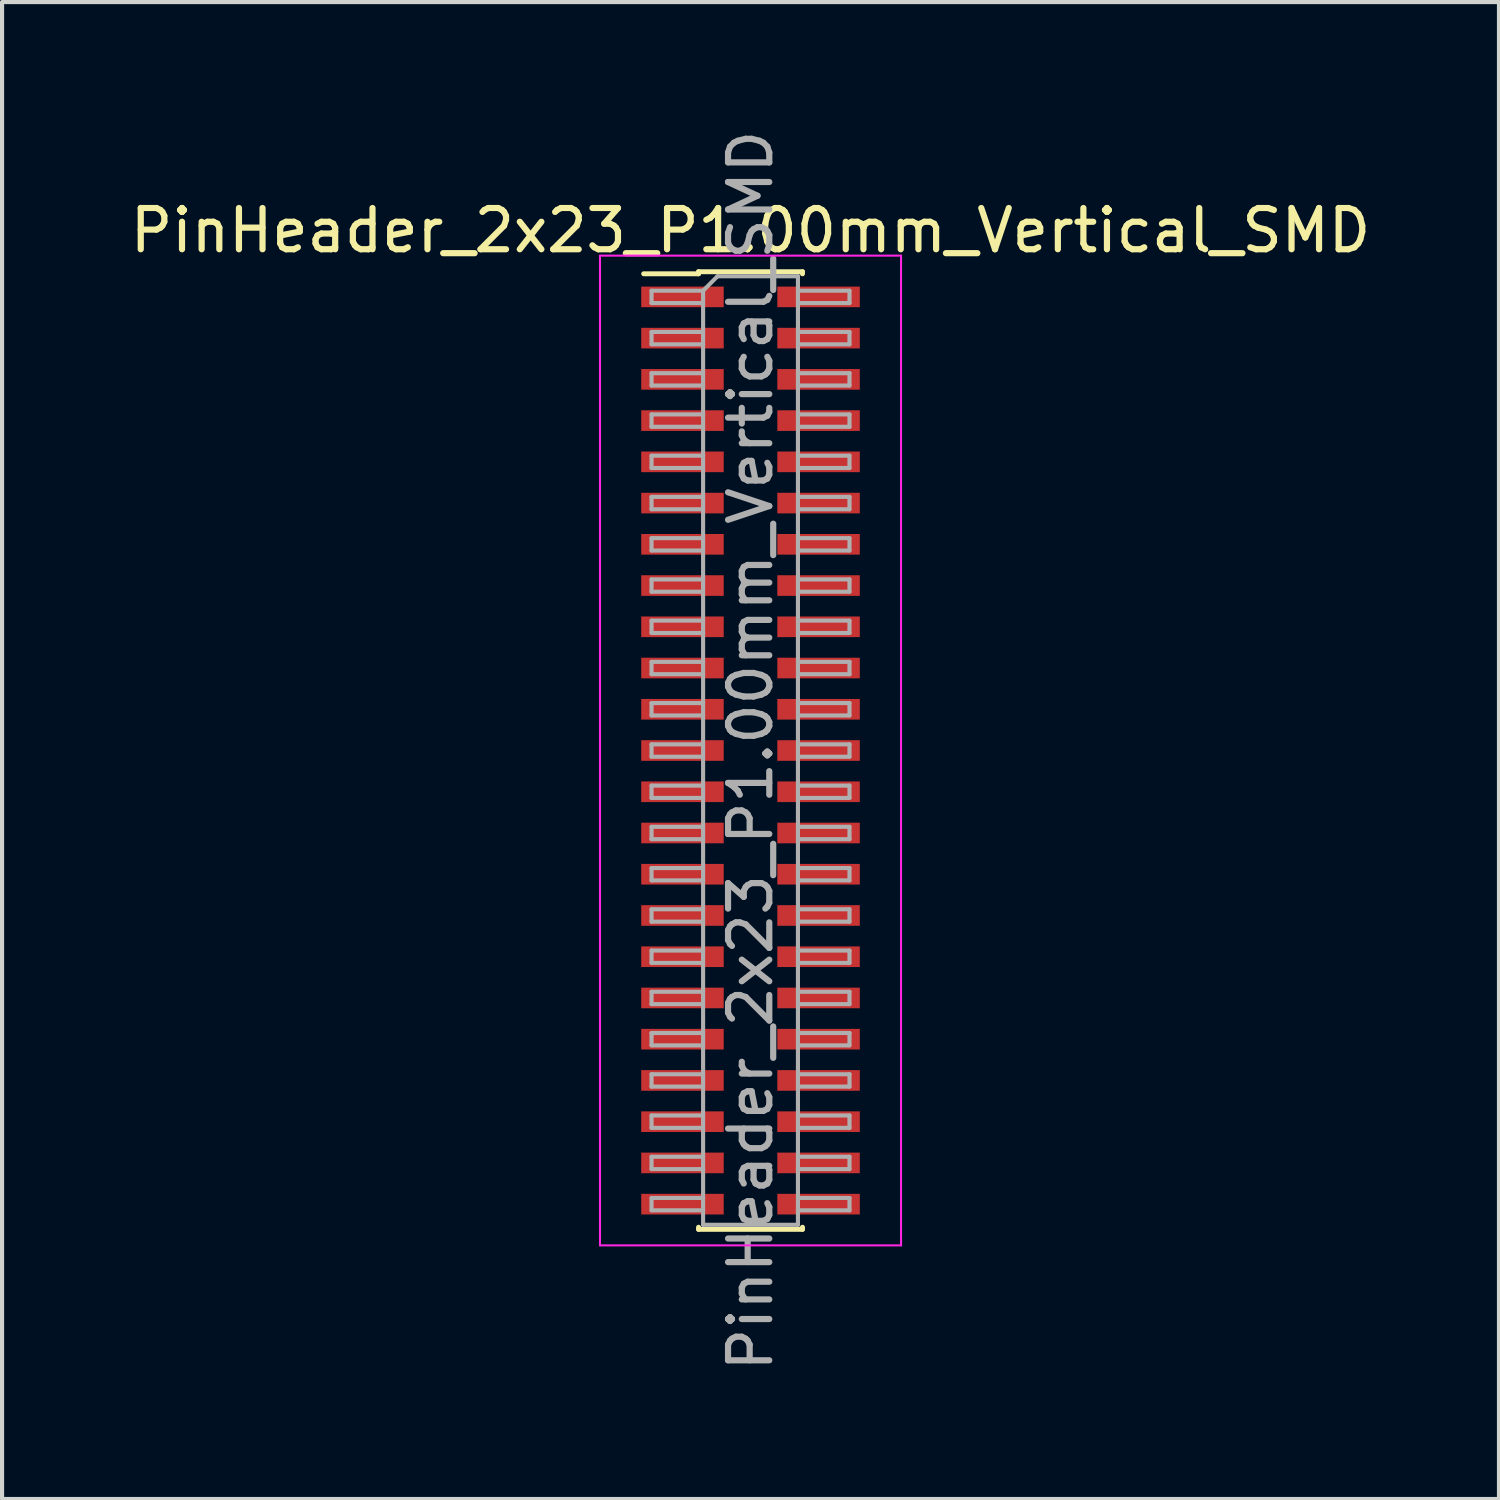
<source format=kicad_pcb>
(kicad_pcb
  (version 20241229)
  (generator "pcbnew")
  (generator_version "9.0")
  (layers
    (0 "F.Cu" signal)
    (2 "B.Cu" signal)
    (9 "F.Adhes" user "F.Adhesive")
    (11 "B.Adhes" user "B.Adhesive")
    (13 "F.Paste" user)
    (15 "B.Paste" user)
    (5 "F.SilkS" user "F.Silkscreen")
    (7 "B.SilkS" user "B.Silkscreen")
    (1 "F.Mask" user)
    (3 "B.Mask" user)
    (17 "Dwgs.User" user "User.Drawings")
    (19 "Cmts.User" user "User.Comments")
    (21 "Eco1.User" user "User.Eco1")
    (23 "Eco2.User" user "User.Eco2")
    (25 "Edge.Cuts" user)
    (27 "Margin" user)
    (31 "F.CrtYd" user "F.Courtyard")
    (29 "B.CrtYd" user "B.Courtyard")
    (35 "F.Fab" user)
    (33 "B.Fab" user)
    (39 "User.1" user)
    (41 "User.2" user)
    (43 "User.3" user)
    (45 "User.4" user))
  (footprint "PinHeader_2x23_P1.00mm_Vertical_SMD"
    (layer "F.Cu")
    (at 15.149 15.149)
    (property "Reference" "PinHeader_2x23_P1.00mm_Vertical_SMD" (at 0 -12.61 0) (layer "F.SilkS") (effects (font (size 1 1) (thickness 0.15))))
    (attr smd)
    (fp_line (start -2.59 -11.56) (end -1.26 -11.56) (stroke (width 0.12) (type solid)) (layer "F.SilkS"))
    (fp_line (start -1.26 -11.61) (end -1.26 -11.56) (stroke (width 0.12) (type solid)) (layer "F.SilkS"))
    (fp_line (start -1.26 -11.61) (end 1.26 -11.61) (stroke (width 0.12) (type solid)) (layer "F.SilkS"))
    (fp_line (start -1.26 11.56) (end -1.26 11.61) (stroke (width 0.12) (type solid)) (layer "F.SilkS"))
    (fp_line (start -1.26 11.61) (end 1.26 11.61) (stroke (width 0.12) (type solid)) (layer "F.SilkS"))
    (fp_line (start 1.26 -11.61) (end 1.26 -11.56) (stroke (width 0.12) (type solid)) (layer "F.SilkS"))
    (fp_line (start 1.26 11.56) (end 1.26 11.61) (stroke (width 0.12) (type solid)) (layer "F.SilkS"))
    (fp_line (start -3.65 -12) (end -3.65 12) (stroke (width 0.05) (type solid)) (layer "F.CrtYd"))
    (fp_line (start -3.65 12) (end 3.65 12) (stroke (width 0.05) (type solid)) (layer "F.CrtYd"))
    (fp_line (start 3.65 -12) (end -3.65 -12) (stroke (width 0.05) (type solid)) (layer "F.CrtYd"))
    (fp_line (start 3.65 12) (end 3.65 -12) (stroke (width 0.05) (type solid)) (layer "F.CrtYd"))
    (fp_line (start -2.4 -11.15) (end -2.4 -10.85) (stroke (width 0.1) (type solid)) (layer "F.Fab"))
    (fp_line (start -2.4 -10.85) (end -1.15 -10.85) (stroke (width 0.1) (type solid)) (layer "F.Fab"))
    (fp_line (start -2.4 -10.15) (end -2.4 -9.85) (stroke (width 0.1) (type solid)) (layer "F.Fab"))
    (fp_line (start -2.4 -9.85) (end -1.15 -9.85) (stroke (width 0.1) (type solid)) (layer "F.Fab"))
    (fp_line (start -2.4 -9.15) (end -2.4 -8.85) (stroke (width 0.1) (type solid)) (layer "F.Fab"))
    (fp_line (start -2.4 -8.85) (end -1.15 -8.85) (stroke (width 0.1) (type solid)) (layer "F.Fab"))
    (fp_line (start -2.4 -8.15) (end -2.4 -7.85) (stroke (width 0.1) (type solid)) (layer "F.Fab"))
    (fp_line (start -2.4 -7.85) (end -1.15 -7.85) (stroke (width 0.1) (type solid)) (layer "F.Fab"))
    (fp_line (start -2.4 -7.15) (end -2.4 -6.85) (stroke (width 0.1) (type solid)) (layer "F.Fab"))
    (fp_line (start -2.4 -6.85) (end -1.15 -6.85) (stroke (width 0.1) (type solid)) (layer "F.Fab"))
    (fp_line (start -2.4 -6.15) (end -2.4 -5.85) (stroke (width 0.1) (type solid)) (layer "F.Fab"))
    (fp_line (start -2.4 -5.85) (end -1.15 -5.85) (stroke (width 0.1) (type solid)) (layer "F.Fab"))
    (fp_line (start -2.4 -5.15) (end -2.4 -4.85) (stroke (width 0.1) (type solid)) (layer "F.Fab"))
    (fp_line (start -2.4 -4.85) (end -1.15 -4.85) (stroke (width 0.1) (type solid)) (layer "F.Fab"))
    (fp_line (start -2.4 -4.15) (end -2.4 -3.85) (stroke (width 0.1) (type solid)) (layer "F.Fab"))
    (fp_line (start -2.4 -3.85) (end -1.15 -3.85) (stroke (width 0.1) (type solid)) (layer "F.Fab"))
    (fp_line (start -2.4 -3.15) (end -2.4 -2.85) (stroke (width 0.1) (type solid)) (layer "F.Fab"))
    (fp_line (start -2.4 -2.85) (end -1.15 -2.85) (stroke (width 0.1) (type solid)) (layer "F.Fab"))
    (fp_line (start -2.4 -2.15) (end -2.4 -1.85) (stroke (width 0.1) (type solid)) (layer "F.Fab"))
    (fp_line (start -2.4 -1.85) (end -1.15 -1.85) (stroke (width 0.1) (type solid)) (layer "F.Fab"))
    (fp_line (start -2.4 -1.15) (end -2.4 -0.85) (stroke (width 0.1) (type solid)) (layer "F.Fab"))
    (fp_line (start -2.4 -0.85) (end -1.15 -0.85) (stroke (width 0.1) (type solid)) (layer "F.Fab"))
    (fp_line (start -2.4 -0.15) (end -2.4 0.15) (stroke (width 0.1) (type solid)) (layer "F.Fab"))
    (fp_line (start -2.4 0.15) (end -1.15 0.15) (stroke (width 0.1) (type solid)) (layer "F.Fab"))
    (fp_line (start -2.4 0.85) (end -2.4 1.15) (stroke (width 0.1) (type solid)) (layer "F.Fab"))
    (fp_line (start -2.4 1.15) (end -1.15 1.15) (stroke (width 0.1) (type solid)) (layer "F.Fab"))
    (fp_line (start -2.4 1.85) (end -2.4 2.15) (stroke (width 0.1) (type solid)) (layer "F.Fab"))
    (fp_line (start -2.4 2.15) (end -1.15 2.15) (stroke (width 0.1) (type solid)) (layer "F.Fab"))
    (fp_line (start -2.4 2.85) (end -2.4 3.15) (stroke (width 0.1) (type solid)) (layer "F.Fab"))
    (fp_line (start -2.4 3.15) (end -1.15 3.15) (stroke (width 0.1) (type solid)) (layer "F.Fab"))
    (fp_line (start -2.4 3.85) (end -2.4 4.15) (stroke (width 0.1) (type solid)) (layer "F.Fab"))
    (fp_line (start -2.4 4.15) (end -1.15 4.15) (stroke (width 0.1) (type solid)) (layer "F.Fab"))
    (fp_line (start -2.4 4.85) (end -2.4 5.15) (stroke (width 0.1) (type solid)) (layer "F.Fab"))
    (fp_line (start -2.4 5.15) (end -1.15 5.15) (stroke (width 0.1) (type solid)) (layer "F.Fab"))
    (fp_line (start -2.4 5.85) (end -2.4 6.15) (stroke (width 0.1) (type solid)) (layer "F.Fab"))
    (fp_line (start -2.4 6.15) (end -1.15 6.15) (stroke (width 0.1) (type solid)) (layer "F.Fab"))
    (fp_line (start -2.4 6.85) (end -2.4 7.15) (stroke (width 0.1) (type solid)) (layer "F.Fab"))
    (fp_line (start -2.4 7.15) (end -1.15 7.15) (stroke (width 0.1) (type solid)) (layer "F.Fab"))
    (fp_line (start -2.4 7.85) (end -2.4 8.15) (stroke (width 0.1) (type solid)) (layer "F.Fab"))
    (fp_line (start -2.4 8.15) (end -1.15 8.15) (stroke (width 0.1) (type solid)) (layer "F.Fab"))
    (fp_line (start -2.4 8.85) (end -2.4 9.15) (stroke (width 0.1) (type solid)) (layer "F.Fab"))
    (fp_line (start -2.4 9.15) (end -1.15 9.15) (stroke (width 0.1) (type solid)) (layer "F.Fab"))
    (fp_line (start -2.4 9.85) (end -2.4 10.15) (stroke (width 0.1) (type solid)) (layer "F.Fab"))
    (fp_line (start -2.4 10.15) (end -1.15 10.15) (stroke (width 0.1) (type solid)) (layer "F.Fab"))
    (fp_line (start -2.4 10.85) (end -2.4 11.15) (stroke (width 0.1) (type solid)) (layer "F.Fab"))
    (fp_line (start -2.4 11.15) (end -1.15 11.15) (stroke (width 0.1) (type solid)) (layer "F.Fab"))
    (fp_line (start -1.15 -11.15) (end -2.4 -11.15) (stroke (width 0.1) (type solid)) (layer "F.Fab"))
    (fp_line (start -1.15 -11.15) (end -0.8 -11.5) (stroke (width 0.1) (type solid)) (layer "F.Fab"))
    (fp_line (start -1.15 -10.15) (end -2.4 -10.15) (stroke (width 0.1) (type solid)) (layer "F.Fab"))
    (fp_line (start -1.15 -9.15) (end -2.4 -9.15) (stroke (width 0.1) (type solid)) (layer "F.Fab"))
    (fp_line (start -1.15 -8.15) (end -2.4 -8.15) (stroke (width 0.1) (type solid)) (layer "F.Fab"))
    (fp_line (start -1.15 -7.15) (end -2.4 -7.15) (stroke (width 0.1) (type solid)) (layer "F.Fab"))
    (fp_line (start -1.15 -6.15) (end -2.4 -6.15) (stroke (width 0.1) (type solid)) (layer "F.Fab"))
    (fp_line (start -1.15 -5.15) (end -2.4 -5.15) (stroke (width 0.1) (type solid)) (layer "F.Fab"))
    (fp_line (start -1.15 -4.15) (end -2.4 -4.15) (stroke (width 0.1) (type solid)) (layer "F.Fab"))
    (fp_line (start -1.15 -3.15) (end -2.4 -3.15) (stroke (width 0.1) (type solid)) (layer "F.Fab"))
    (fp_line (start -1.15 -2.15) (end -2.4 -2.15) (stroke (width 0.1) (type solid)) (layer "F.Fab"))
    (fp_line (start -1.15 -1.15) (end -2.4 -1.15) (stroke (width 0.1) (type solid)) (layer "F.Fab"))
    (fp_line (start -1.15 -0.15) (end -2.4 -0.15) (stroke (width 0.1) (type solid)) (layer "F.Fab"))
    (fp_line (start -1.15 0.85) (end -2.4 0.85) (stroke (width 0.1) (type solid)) (layer "F.Fab"))
    (fp_line (start -1.15 1.85) (end -2.4 1.85) (stroke (width 0.1) (type solid)) (layer "F.Fab"))
    (fp_line (start -1.15 2.85) (end -2.4 2.85) (stroke (width 0.1) (type solid)) (layer "F.Fab"))
    (fp_line (start -1.15 3.85) (end -2.4 3.85) (stroke (width 0.1) (type solid)) (layer "F.Fab"))
    (fp_line (start -1.15 4.85) (end -2.4 4.85) (stroke (width 0.1) (type solid)) (layer "F.Fab"))
    (fp_line (start -1.15 5.85) (end -2.4 5.85) (stroke (width 0.1) (type solid)) (layer "F.Fab"))
    (fp_line (start -1.15 6.85) (end -2.4 6.85) (stroke (width 0.1) (type solid)) (layer "F.Fab"))
    (fp_line (start -1.15 7.85) (end -2.4 7.85) (stroke (width 0.1) (type solid)) (layer "F.Fab"))
    (fp_line (start -1.15 8.85) (end -2.4 8.85) (stroke (width 0.1) (type solid)) (layer "F.Fab"))
    (fp_line (start -1.15 9.85) (end -2.4 9.85) (stroke (width 0.1) (type solid)) (layer "F.Fab"))
    (fp_line (start -1.15 10.85) (end -2.4 10.85) (stroke (width 0.1) (type solid)) (layer "F.Fab"))
    (fp_line (start -1.15 11.5) (end -1.15 -11.15) (stroke (width 0.1) (type solid)) (layer "F.Fab"))
    (fp_line (start -0.8 -11.5) (end 1.15 -11.5) (stroke (width 0.1) (type solid)) (layer "F.Fab"))
    (fp_line (start 1.15 -11.5) (end 1.15 11.5) (stroke (width 0.1) (type solid)) (layer "F.Fab"))
    (fp_line (start 1.15 -11.15) (end 2.4 -11.15) (stroke (width 0.1) (type solid)) (layer "F.Fab"))
    (fp_line (start 1.15 -10.15) (end 2.4 -10.15) (stroke (width 0.1) (type solid)) (layer "F.Fab"))
    (fp_line (start 1.15 -9.15) (end 2.4 -9.15) (stroke (width 0.1) (type solid)) (layer "F.Fab"))
    (fp_line (start 1.15 -8.15) (end 2.4 -8.15) (stroke (width 0.1) (type solid)) (layer "F.Fab"))
    (fp_line (start 1.15 -7.15) (end 2.4 -7.15) (stroke (width 0.1) (type solid)) (layer "F.Fab"))
    (fp_line (start 1.15 -6.15) (end 2.4 -6.15) (stroke (width 0.1) (type solid)) (layer "F.Fab"))
    (fp_line (start 1.15 -5.15) (end 2.4 -5.15) (stroke (width 0.1) (type solid)) (layer "F.Fab"))
    (fp_line (start 1.15 -4.15) (end 2.4 -4.15) (stroke (width 0.1) (type solid)) (layer "F.Fab"))
    (fp_line (start 1.15 -3.15) (end 2.4 -3.15) (stroke (width 0.1) (type solid)) (layer "F.Fab"))
    (fp_line (start 1.15 -2.15) (end 2.4 -2.15) (stroke (width 0.1) (type solid)) (layer "F.Fab"))
    (fp_line (start 1.15 -1.15) (end 2.4 -1.15) (stroke (width 0.1) (type solid)) (layer "F.Fab"))
    (fp_line (start 1.15 -0.15) (end 2.4 -0.15) (stroke (width 0.1) (type solid)) (layer "F.Fab"))
    (fp_line (start 1.15 0.85) (end 2.4 0.85) (stroke (width 0.1) (type solid)) (layer "F.Fab"))
    (fp_line (start 1.15 1.85) (end 2.4 1.85) (stroke (width 0.1) (type solid)) (layer "F.Fab"))
    (fp_line (start 1.15 2.85) (end 2.4 2.85) (stroke (width 0.1) (type solid)) (layer "F.Fab"))
    (fp_line (start 1.15 3.85) (end 2.4 3.85) (stroke (width 0.1) (type solid)) (layer "F.Fab"))
    (fp_line (start 1.15 4.85) (end 2.4 4.85) (stroke (width 0.1) (type solid)) (layer "F.Fab"))
    (fp_line (start 1.15 5.85) (end 2.4 5.85) (stroke (width 0.1) (type solid)) (layer "F.Fab"))
    (fp_line (start 1.15 6.85) (end 2.4 6.85) (stroke (width 0.1) (type solid)) (layer "F.Fab"))
    (fp_line (start 1.15 7.85) (end 2.4 7.85) (stroke (width 0.1) (type solid)) (layer "F.Fab"))
    (fp_line (start 1.15 8.85) (end 2.4 8.85) (stroke (width 0.1) (type solid)) (layer "F.Fab"))
    (fp_line (start 1.15 9.85) (end 2.4 9.85) (stroke (width 0.1) (type solid)) (layer "F.Fab"))
    (fp_line (start 1.15 10.85) (end 2.4 10.85) (stroke (width 0.1) (type solid)) (layer "F.Fab"))
    (fp_line (start 1.15 11.5) (end -1.15 11.5) (stroke (width 0.1) (type solid)) (layer "F.Fab"))
    (fp_line (start 2.4 -11.15) (end 2.4 -10.85) (stroke (width 0.1) (type solid)) (layer "F.Fab"))
    (fp_line (start 2.4 -10.85) (end 1.15 -10.85) (stroke (width 0.1) (type solid)) (layer "F.Fab"))
    (fp_line (start 2.4 -10.15) (end 2.4 -9.85) (stroke (width 0.1) (type solid)) (layer "F.Fab"))
    (fp_line (start 2.4 -9.85) (end 1.15 -9.85) (stroke (width 0.1) (type solid)) (layer "F.Fab"))
    (fp_line (start 2.4 -9.15) (end 2.4 -8.85) (stroke (width 0.1) (type solid)) (layer "F.Fab"))
    (fp_line (start 2.4 -8.85) (end 1.15 -8.85) (stroke (width 0.1) (type solid)) (layer "F.Fab"))
    (fp_line (start 2.4 -8.15) (end 2.4 -7.85) (stroke (width 0.1) (type solid)) (layer "F.Fab"))
    (fp_line (start 2.4 -7.85) (end 1.15 -7.85) (stroke (width 0.1) (type solid)) (layer "F.Fab"))
    (fp_line (start 2.4 -7.15) (end 2.4 -6.85) (stroke (width 0.1) (type solid)) (layer "F.Fab"))
    (fp_line (start 2.4 -6.85) (end 1.15 -6.85) (stroke (width 0.1) (type solid)) (layer "F.Fab"))
    (fp_line (start 2.4 -6.15) (end 2.4 -5.85) (stroke (width 0.1) (type solid)) (layer "F.Fab"))
    (fp_line (start 2.4 -5.85) (end 1.15 -5.85) (stroke (width 0.1) (type solid)) (layer "F.Fab"))
    (fp_line (start 2.4 -5.15) (end 2.4 -4.85) (stroke (width 0.1) (type solid)) (layer "F.Fab"))
    (fp_line (start 2.4 -4.85) (end 1.15 -4.85) (stroke (width 0.1) (type solid)) (layer "F.Fab"))
    (fp_line (start 2.4 -4.15) (end 2.4 -3.85) (stroke (width 0.1) (type solid)) (layer "F.Fab"))
    (fp_line (start 2.4 -3.85) (end 1.15 -3.85) (stroke (width 0.1) (type solid)) (layer "F.Fab"))
    (fp_line (start 2.4 -3.15) (end 2.4 -2.85) (stroke (width 0.1) (type solid)) (layer "F.Fab"))
    (fp_line (start 2.4 -2.85) (end 1.15 -2.85) (stroke (width 0.1) (type solid)) (layer "F.Fab"))
    (fp_line (start 2.4 -2.15) (end 2.4 -1.85) (stroke (width 0.1) (type solid)) (layer "F.Fab"))
    (fp_line (start 2.4 -1.85) (end 1.15 -1.85) (stroke (width 0.1) (type solid)) (layer "F.Fab"))
    (fp_line (start 2.4 -1.15) (end 2.4 -0.85) (stroke (width 0.1) (type solid)) (layer "F.Fab"))
    (fp_line (start 2.4 -0.85) (end 1.15 -0.85) (stroke (width 0.1) (type solid)) (layer "F.Fab"))
    (fp_line (start 2.4 -0.15) (end 2.4 0.15) (stroke (width 0.1) (type solid)) (layer "F.Fab"))
    (fp_line (start 2.4 0.15) (end 1.15 0.15) (stroke (width 0.1) (type solid)) (layer "F.Fab"))
    (fp_line (start 2.4 0.85) (end 2.4 1.15) (stroke (width 0.1) (type solid)) (layer "F.Fab"))
    (fp_line (start 2.4 1.15) (end 1.15 1.15) (stroke (width 0.1) (type solid)) (layer "F.Fab"))
    (fp_line (start 2.4 1.85) (end 2.4 2.15) (stroke (width 0.1) (type solid)) (layer "F.Fab"))
    (fp_line (start 2.4 2.15) (end 1.15 2.15) (stroke (width 0.1) (type solid)) (layer "F.Fab"))
    (fp_line (start 2.4 2.85) (end 2.4 3.15) (stroke (width 0.1) (type solid)) (layer "F.Fab"))
    (fp_line (start 2.4 3.15) (end 1.15 3.15) (stroke (width 0.1) (type solid)) (layer "F.Fab"))
    (fp_line (start 2.4 3.85) (end 2.4 4.15) (stroke (width 0.1) (type solid)) (layer "F.Fab"))
    (fp_line (start 2.4 4.15) (end 1.15 4.15) (stroke (width 0.1) (type solid)) (layer "F.Fab"))
    (fp_line (start 2.4 4.85) (end 2.4 5.15) (stroke (width 0.1) (type solid)) (layer "F.Fab"))
    (fp_line (start 2.4 5.15) (end 1.15 5.15) (stroke (width 0.1) (type solid)) (layer "F.Fab"))
    (fp_line (start 2.4 5.85) (end 2.4 6.15) (stroke (width 0.1) (type solid)) (layer "F.Fab"))
    (fp_line (start 2.4 6.15) (end 1.15 6.15) (stroke (width 0.1) (type solid)) (layer "F.Fab"))
    (fp_line (start 2.4 6.85) (end 2.4 7.15) (stroke (width 0.1) (type solid)) (layer "F.Fab"))
    (fp_line (start 2.4 7.15) (end 1.15 7.15) (stroke (width 0.1) (type solid)) (layer "F.Fab"))
    (fp_line (start 2.4 7.85) (end 2.4 8.15) (stroke (width 0.1) (type solid)) (layer "F.Fab"))
    (fp_line (start 2.4 8.15) (end 1.15 8.15) (stroke (width 0.1) (type solid)) (layer "F.Fab"))
    (fp_line (start 2.4 8.85) (end 2.4 9.15) (stroke (width 0.1) (type solid)) (layer "F.Fab"))
    (fp_line (start 2.4 9.15) (end 1.15 9.15) (stroke (width 0.1) (type solid)) (layer "F.Fab"))
    (fp_line (start 2.4 9.85) (end 2.4 10.15) (stroke (width 0.1) (type solid)) (layer "F.Fab"))
    (fp_line (start 2.4 10.15) (end 1.15 10.15) (stroke (width 0.1) (type solid)) (layer "F.Fab"))
    (fp_line (start 2.4 10.85) (end 2.4 11.15) (stroke (width 0.1) (type solid)) (layer "F.Fab"))
    (fp_line (start 2.4 11.15) (end 1.15 11.15) (stroke (width 0.1) (type solid)) (layer "F.Fab"))
    (fp_text user "${REFERENCE}" (at 0 0 90) (layer "F.Fab") (effects (font (size 1 1) (thickness 0.15))))
    (pad "1" smd rect (at -1.65 -11) (size 2 0.5) (layers "F.Cu" "F.Mask" "F.Paste"))
    (pad "2" smd rect (at 1.65 -11) (size 2 0.5) (layers "F.Cu" "F.Mask" "F.Paste"))
    (pad "3" smd rect (at -1.65 -10) (size 2 0.5) (layers "F.Cu" "F.Mask" "F.Paste"))
    (pad "4" smd rect (at 1.65 -10) (size 2 0.5) (layers "F.Cu" "F.Mask" "F.Paste"))
    (pad "5" smd rect (at -1.65 -9) (size 2 0.5) (layers "F.Cu" "F.Mask" "F.Paste"))
    (pad "6" smd rect (at 1.65 -9) (size 2 0.5) (layers "F.Cu" "F.Mask" "F.Paste"))
    (pad "7" smd rect (at -1.65 -8) (size 2 0.5) (layers "F.Cu" "F.Mask" "F.Paste"))
    (pad "8" smd rect (at 1.65 -8) (size 2 0.5) (layers "F.Cu" "F.Mask" "F.Paste"))
    (pad "9" smd rect (at -1.65 -7) (size 2 0.5) (layers "F.Cu" "F.Mask" "F.Paste"))
    (pad "10" smd rect (at 1.65 -7) (size 2 0.5) (layers "F.Cu" "F.Mask" "F.Paste"))
    (pad "11" smd rect (at -1.65 -6) (size 2 0.5) (layers "F.Cu" "F.Mask" "F.Paste"))
    (pad "12" smd rect (at 1.65 -6) (size 2 0.5) (layers "F.Cu" "F.Mask" "F.Paste"))
    (pad "13" smd rect (at -1.65 -5) (size 2 0.5) (layers "F.Cu" "F.Mask" "F.Paste"))
    (pad "14" smd rect (at 1.65 -5) (size 2 0.5) (layers "F.Cu" "F.Mask" "F.Paste"))
    (pad "15" smd rect (at -1.65 -4) (size 2 0.5) (layers "F.Cu" "F.Mask" "F.Paste"))
    (pad "16" smd rect (at 1.65 -4) (size 2 0.5) (layers "F.Cu" "F.Mask" "F.Paste"))
    (pad "17" smd rect (at -1.65 -3) (size 2 0.5) (layers "F.Cu" "F.Mask" "F.Paste"))
    (pad "18" smd rect (at 1.65 -3) (size 2 0.5) (layers "F.Cu" "F.Mask" "F.Paste"))
    (pad "19" smd rect (at -1.65 -2) (size 2 0.5) (layers "F.Cu" "F.Mask" "F.Paste"))
    (pad "20" smd rect (at 1.65 -2) (size 2 0.5) (layers "F.Cu" "F.Mask" "F.Paste"))
    (pad "21" smd rect (at -1.65 -1) (size 2 0.5) (layers "F.Cu" "F.Mask" "F.Paste"))
    (pad "22" smd rect (at 1.65 -1) (size 2 0.5) (layers "F.Cu" "F.Mask" "F.Paste"))
    (pad "23" smd rect (at -1.65 0) (size 2 0.5) (layers "F.Cu" "F.Mask" "F.Paste"))
    (pad "24" smd rect (at 1.65 0) (size 2 0.5) (layers "F.Cu" "F.Mask" "F.Paste"))
    (pad "25" smd rect (at -1.65 1) (size 2 0.5) (layers "F.Cu" "F.Mask" "F.Paste"))
    (pad "26" smd rect (at 1.65 1) (size 2 0.5) (layers "F.Cu" "F.Mask" "F.Paste"))
    (pad "27" smd rect (at -1.65 2) (size 2 0.5) (layers "F.Cu" "F.Mask" "F.Paste"))
    (pad "28" smd rect (at 1.65 2) (size 2 0.5) (layers "F.Cu" "F.Mask" "F.Paste"))
    (pad "29" smd rect (at -1.65 3) (size 2 0.5) (layers "F.Cu" "F.Mask" "F.Paste"))
    (pad "30" smd rect (at 1.65 3) (size 2 0.5) (layers "F.Cu" "F.Mask" "F.Paste"))
    (pad "31" smd rect (at -1.65 4) (size 2 0.5) (layers "F.Cu" "F.Mask" "F.Paste"))
    (pad "32" smd rect (at 1.65 4) (size 2 0.5) (layers "F.Cu" "F.Mask" "F.Paste"))
    (pad "33" smd rect (at -1.65 5) (size 2 0.5) (layers "F.Cu" "F.Mask" "F.Paste"))
    (pad "34" smd rect (at 1.65 5) (size 2 0.5) (layers "F.Cu" "F.Mask" "F.Paste"))
    (pad "35" smd rect (at -1.65 6) (size 2 0.5) (layers "F.Cu" "F.Mask" "F.Paste"))
    (pad "36" smd rect (at 1.65 6) (size 2 0.5) (layers "F.Cu" "F.Mask" "F.Paste"))
    (pad "37" smd rect (at -1.65 7) (size 2 0.5) (layers "F.Cu" "F.Mask" "F.Paste"))
    (pad "38" smd rect (at 1.65 7) (size 2 0.5) (layers "F.Cu" "F.Mask" "F.Paste"))
    (pad "39" smd rect (at -1.65 8) (size 2 0.5) (layers "F.Cu" "F.Mask" "F.Paste"))
    (pad "40" smd rect (at 1.65 8) (size 2 0.5) (layers "F.Cu" "F.Mask" "F.Paste"))
    (pad "41" smd rect (at -1.65 9) (size 2 0.5) (layers "F.Cu" "F.Mask" "F.Paste"))
    (pad "42" smd rect (at 1.65 9) (size 2 0.5) (layers "F.Cu" "F.Mask" "F.Paste"))
    (pad "43" smd rect (at -1.65 10) (size 2 0.5) (layers "F.Cu" "F.Mask" "F.Paste"))
    (pad "44" smd rect (at 1.65 10) (size 2 0.5) (layers "F.Cu" "F.Mask" "F.Paste"))
    (pad "45" smd rect (at -1.65 11) (size 2 0.5) (layers "F.Cu" "F.Mask" "F.Paste"))
    (pad "46" smd rect (at 1.65 11) (size 2 0.5) (layers "F.Cu" "F.Mask" "F.Paste")))
  (gr_rect
    (start -3 -3)
    (end 33.298 33.298)
    (stroke (width 0.1) (type default))
    (fill no)
    (layer "Edge.Cuts")))
</source>
